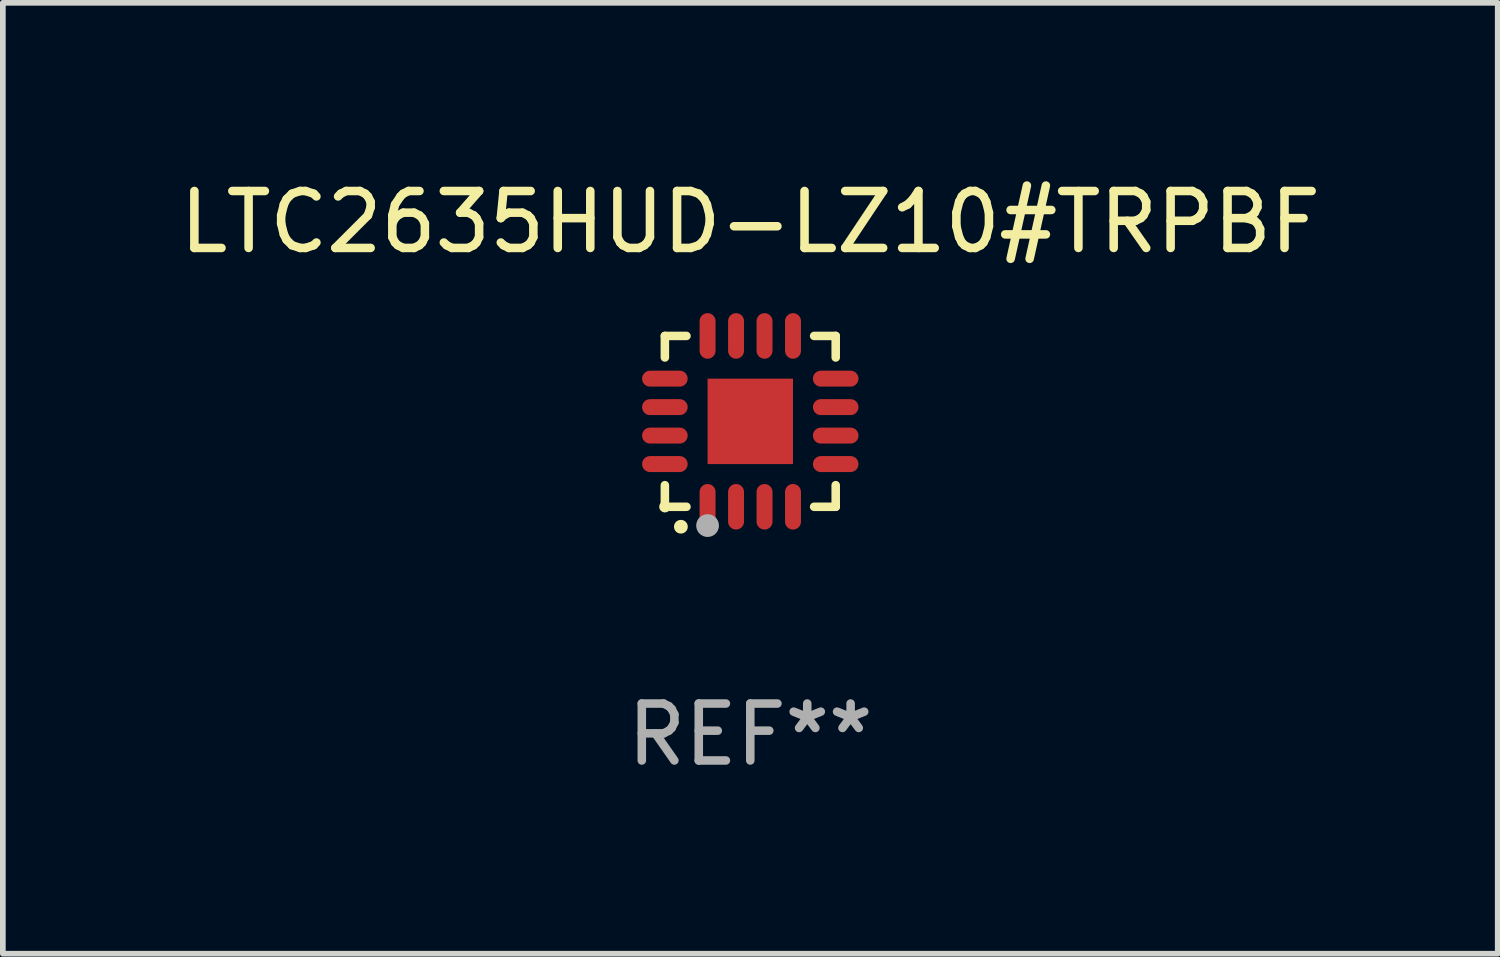
<source format=kicad_pcb>
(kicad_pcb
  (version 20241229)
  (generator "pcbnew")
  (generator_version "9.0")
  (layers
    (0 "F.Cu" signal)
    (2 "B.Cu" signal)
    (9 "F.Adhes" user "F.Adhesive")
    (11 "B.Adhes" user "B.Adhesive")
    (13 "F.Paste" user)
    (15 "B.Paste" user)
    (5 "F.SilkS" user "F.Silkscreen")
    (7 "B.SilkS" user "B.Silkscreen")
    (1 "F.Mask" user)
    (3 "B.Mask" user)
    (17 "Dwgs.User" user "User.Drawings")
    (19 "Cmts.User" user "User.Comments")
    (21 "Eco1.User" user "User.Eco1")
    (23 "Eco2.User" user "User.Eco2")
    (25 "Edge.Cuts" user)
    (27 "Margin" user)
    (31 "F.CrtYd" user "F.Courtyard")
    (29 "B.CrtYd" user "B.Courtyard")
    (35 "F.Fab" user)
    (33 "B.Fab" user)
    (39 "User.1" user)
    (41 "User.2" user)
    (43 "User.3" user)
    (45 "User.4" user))
  (footprint "LTC2635HUD-LZ10#TRPBF"
    (layer "F.Cu")
    (at 10.125 4.349)
    (property "Reference" "LTC2635HUD-LZ10#TRPBF" (at 0 -3.5 0) (layer "F.SilkS") (effects (font (size 1 1) (thickness 0.15))))
    (attr through_hole)
    (fp_line (start -1.5 -1.5) (end -1.121 -1.5) (stroke (width 0.15) (type solid)) (layer "F.SilkS"))
    (fp_line (start -1.5 -1.122) (end -1.5 -1.5) (stroke (width 0.15) (type solid)) (layer "F.SilkS"))
    (fp_line (start -1.5 1.5) (end -1.5 1.121) (stroke (width 0.15) (type solid)) (layer "F.SilkS"))
    (fp_line (start -1.121 1.5) (end -1.5 1.5) (stroke (width 0.15) (type solid)) (layer "F.SilkS"))
    (fp_line (start 1.121 -1.5) (end 1.5 -1.5) (stroke (width 0.15) (type solid)) (layer "F.SilkS"))
    (fp_line (start 1.5 -1.5) (end 1.5 -1.122) (stroke (width 0.15) (type solid)) (layer "F.SilkS"))
    (fp_line (start 1.5 1.121) (end 1.5 1.5) (stroke (width 0.15) (type solid)) (layer "F.SilkS"))
    (fp_line (start 1.5 1.5) (end 1.121 1.5) (stroke (width 0.15) (type solid)) (layer "F.SilkS"))
    (fp_arc (start -1.219926 1.850254) (mid -1.21891 1.85025) (end -1.217894 1.850254) (stroke (width 0.240005) (type solid)) (layer "F.SilkS"))
    (fp_circle (center -1.5 1.5) (end -1.45 1.5) (stroke (width 0.1) (type solid)) (fill no) (layer "F.SilkS"))
    (fp_circle (center -0.75 1.83) (end -0.65 1.83) (stroke (width 0.2) (type solid)) (fill no) (layer "F.Fab"))
    (fp_text user "REF**" (at 0 5.5 0) (layer "F.Fab") (effects (font (size 1 1) (thickness 0.15))))
    (pad "1" smd oval (at -0.75 1.5) (size 0.28 0.8) (layers "F.Cu" "F.Mask" "F.Paste"))
    (pad "2" smd oval (at -0.25 1.5) (size 0.28 0.8) (layers "F.Cu" "F.Mask" "F.Paste"))
    (pad "3" smd oval (at 0.25 1.5) (size 0.28 0.8) (layers "F.Cu" "F.Mask" "F.Paste"))
    (pad "4" smd oval (at 0.75 1.5) (size 0.28 0.8) (layers "F.Cu" "F.Mask" "F.Paste"))
    (pad "5" smd oval (at 1.5 0.75) (size 0.8 0.28) (layers "F.Cu" "F.Mask" "F.Paste"))
    (pad "6" smd oval (at 1.5 0.25) (size 0.8 0.28) (layers "F.Cu" "F.Mask" "F.Paste"))
    (pad "7" smd oval (at 1.5 -0.25) (size 0.8 0.28) (layers "F.Cu" "F.Mask" "F.Paste"))
    (pad "8" smd oval (at 1.5 -0.75) (size 0.8 0.28) (layers "F.Cu" "F.Mask" "F.Paste"))
    (pad "9" smd oval (at 0.75 -1.5) (size 0.28 0.8) (layers "F.Cu" "F.Mask" "F.Paste"))
    (pad "10" smd oval (at 0.25 -1.5) (size 0.28 0.8) (layers "F.Cu" "F.Mask" "F.Paste"))
    (pad "11" smd oval (at -0.25 -1.5) (size 0.28 0.8) (layers "F.Cu" "F.Mask" "F.Paste"))
    (pad "12" smd oval (at -0.75 -1.5) (size 0.28 0.8) (layers "F.Cu" "F.Mask" "F.Paste"))
    (pad "13" smd oval (at -1.5 -0.75) (size 0.8 0.28) (layers "F.Cu" "F.Mask" "F.Paste"))
    (pad "14" smd oval (at -1.5 -0.25) (size 0.8 0.28) (layers "F.Cu" "F.Mask" "F.Paste"))
    (pad "15" smd oval (at -1.5 0.25) (size 0.8 0.28) (layers "F.Cu" "F.Mask" "F.Paste"))
    (pad "16" smd oval (at -1.5 0.75) (size 0.8 0.28) (layers "F.Cu" "F.Mask" "F.Paste"))
    (pad "17" smd rect (at -0.000064 0.000165) (size 1.5 1.5) (layers "F.Cu" "F.Mask" "F.Paste")))
  (gr_rect
    (start -3 -3)
    (end 23.25 13.697)
    (stroke (width 0.1) (type default))
    (fill no)
    (layer "Edge.Cuts")))
</source>
